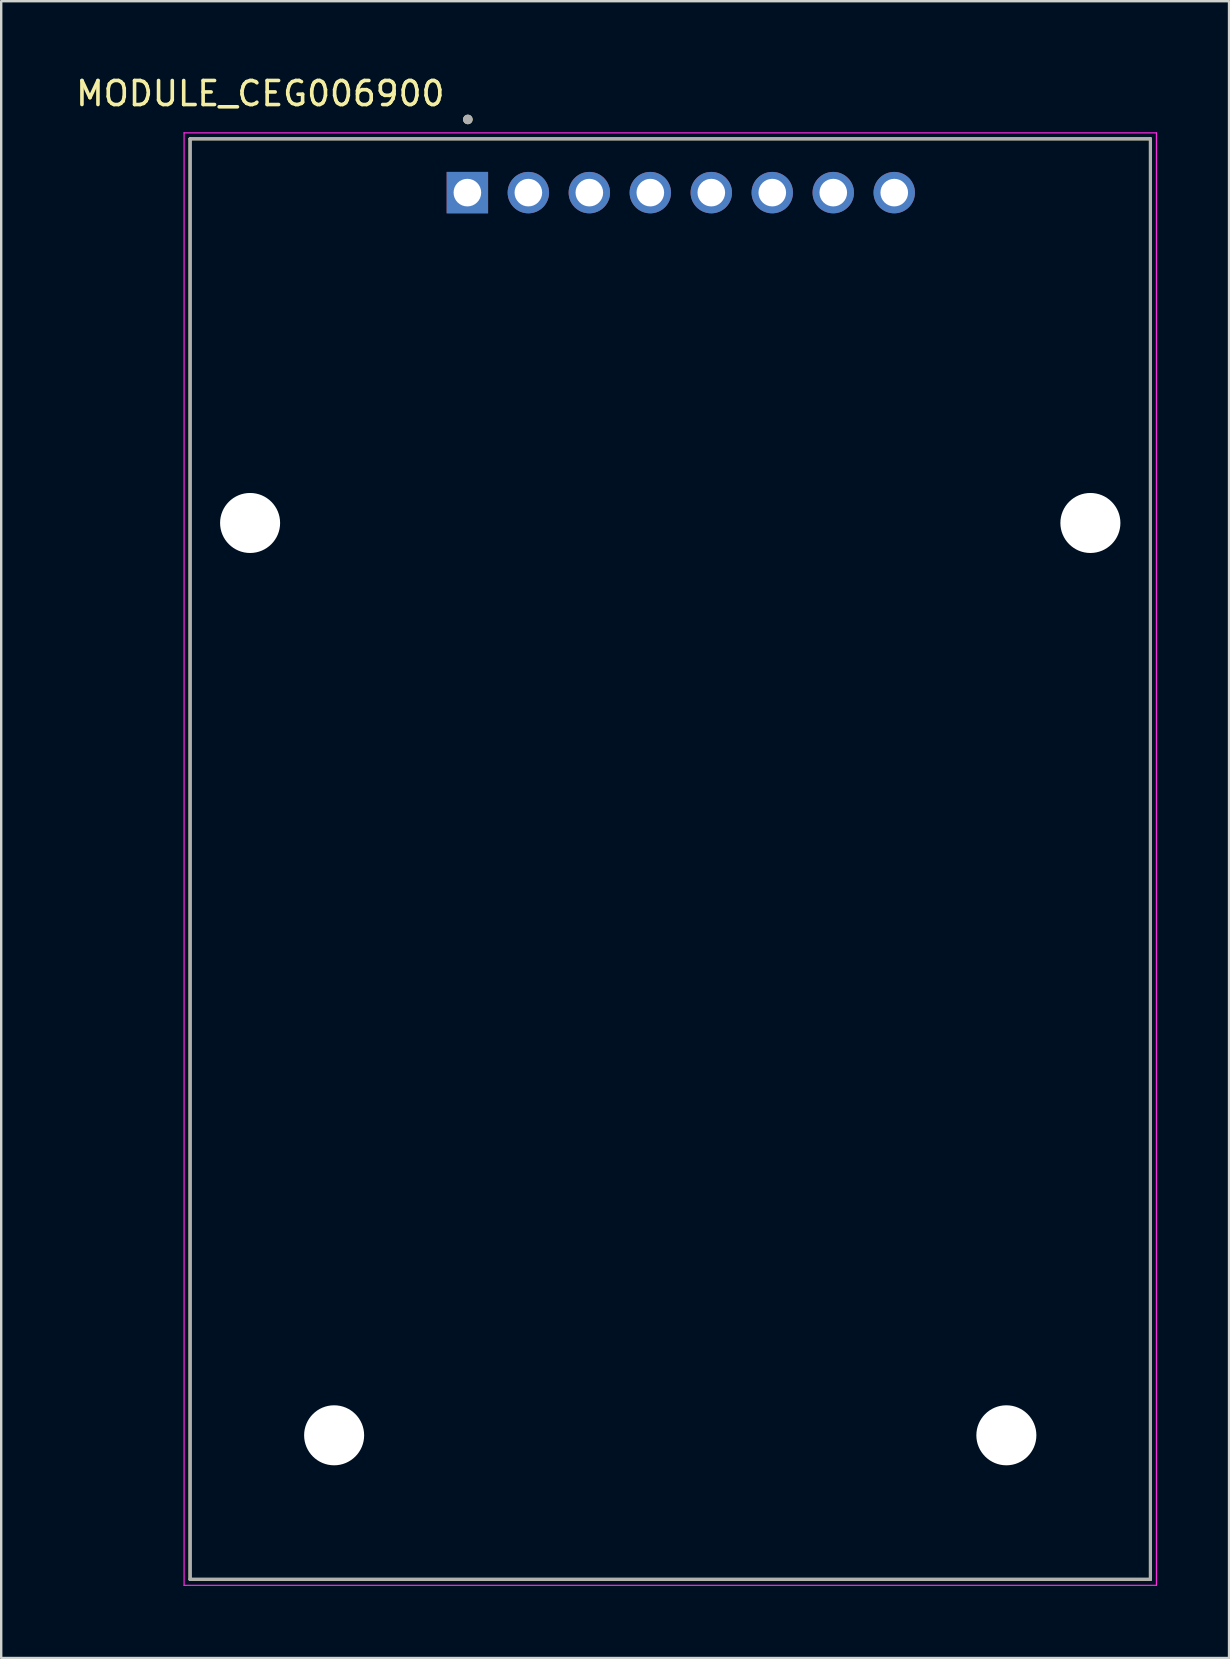
<source format=kicad_pcb>
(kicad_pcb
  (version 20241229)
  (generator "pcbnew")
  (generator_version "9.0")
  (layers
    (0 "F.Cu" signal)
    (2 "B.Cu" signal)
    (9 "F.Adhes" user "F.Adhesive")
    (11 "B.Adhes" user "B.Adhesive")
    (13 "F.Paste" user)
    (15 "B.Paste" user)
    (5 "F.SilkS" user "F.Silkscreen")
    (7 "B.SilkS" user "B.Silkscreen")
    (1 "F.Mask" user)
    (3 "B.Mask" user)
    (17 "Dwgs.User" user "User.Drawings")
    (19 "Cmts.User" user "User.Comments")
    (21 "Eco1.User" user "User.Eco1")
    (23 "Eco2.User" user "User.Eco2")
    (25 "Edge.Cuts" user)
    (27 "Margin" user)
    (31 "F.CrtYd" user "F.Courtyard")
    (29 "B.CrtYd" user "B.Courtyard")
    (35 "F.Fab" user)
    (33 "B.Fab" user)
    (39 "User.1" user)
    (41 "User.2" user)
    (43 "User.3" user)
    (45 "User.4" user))
  (footprint "MODULE_CEG006900"
    (layer "F.Cu")
    (at 24.867 32.733)
    (property "Reference" "MODULE_CEG006900" (at -17.075 -31.885 0) (layer "F.SilkS") (effects (font (size 1 1) (thickness 0.15))))
    (attr through_hole)
    (fp_line (start -20 -30) (end 20 -30) (stroke (width 0.127) (type solid)) (layer "F.SilkS"))
    (fp_line (start -20 30) (end -20 -30) (stroke (width 0.127) (type solid)) (layer "F.SilkS"))
    (fp_line (start 20 -30) (end 20 30) (stroke (width 0.127) (type solid)) (layer "F.SilkS"))
    (fp_line (start 20 30) (end -20 30) (stroke (width 0.127) (type solid)) (layer "F.SilkS"))
    (fp_circle (center -8.431 -30.808) (end -8.331 -30.808) (stroke (width 0.2) (type solid)) (fill no) (layer "F.SilkS"))
    (fp_line (start -20.25 -30.25) (end -20.25 30.25) (stroke (width 0.05) (type solid)) (layer "F.CrtYd"))
    (fp_line (start -20.25 30.25) (end 20.25 30.25) (stroke (width 0.05) (type solid)) (layer "F.CrtYd"))
    (fp_line (start 20.25 -30.25) (end -20.25 -30.25) (stroke (width 0.05) (type solid)) (layer "F.CrtYd"))
    (fp_line (start 20.25 30.25) (end 20.25 -30.25) (stroke (width 0.05) (type solid)) (layer "F.CrtYd"))
    (fp_line (start -20 -30) (end 20 -30) (stroke (width 0.127) (type solid)) (layer "F.Fab"))
    (fp_line (start -20 30) (end -20 -30) (stroke (width 0.127) (type solid)) (layer "F.Fab"))
    (fp_line (start 20 -30) (end 20 30) (stroke (width 0.127) (type solid)) (layer "F.Fab"))
    (fp_line (start 20 30) (end -20 30) (stroke (width 0.127) (type solid)) (layer "F.Fab"))
    (fp_circle (center -8.431 -30.808) (end -8.331 -30.808) (stroke (width 0.2) (type solid)) (fill no) (layer "F.Fab"))
    (pad "" np_thru_hole circle (at -17.5 -14) (size 2.5 2.5) (drill 2.5) (layers "*.Cu" "*.Mask"))
    (pad "" np_thru_hole circle (at -14 24) (size 2.5 2.5) (drill 2.5) (layers "*.Cu" "*.Mask"))
    (pad "" np_thru_hole circle (at 14 24) (size 2.5 2.5) (drill 2.5) (layers "*.Cu" "*.Mask"))
    (pad "" np_thru_hole circle (at 17.5 -14) (size 2.5 2.5) (drill 2.5) (layers "*.Cu" "*.Mask"))
    (pad "1" thru_hole rect (at -8.45 -27.76) (size 1.725 1.725) (drill 1.15) (layers "*.Cu" "*.Mask"))
    (pad "2" thru_hole circle (at -5.91 -27.76) (size 1.725 1.725) (drill 1.15) (layers "*.Cu" "*.Mask"))
    (pad "3" thru_hole circle (at -3.37 -27.76) (size 1.725 1.725) (drill 1.15) (layers "*.Cu" "*.Mask"))
    (pad "4" thru_hole circle (at -0.83 -27.76) (size 1.725 1.725) (drill 1.15) (layers "*.Cu" "*.Mask"))
    (pad "5" thru_hole circle (at 1.71 -27.76) (size 1.725 1.725) (drill 1.15) (layers "*.Cu" "*.Mask"))
    (pad "6" thru_hole circle (at 4.25 -27.76) (size 1.725 1.725) (drill 1.15) (layers "*.Cu" "*.Mask"))
    (pad "7" thru_hole circle (at 6.79 -27.76) (size 1.725 1.725) (drill 1.15) (layers "*.Cu" "*.Mask"))
    (pad "8" thru_hole circle (at 9.33 -27.76) (size 1.725 1.725) (drill 1.15) (layers "*.Cu" "*.Mask")))
  (gr_rect
    (start -3 -3)
    (end 48.142 66.008)
    (stroke (width 0.1) (type default))
    (fill no)
    (layer "Edge.Cuts")))
</source>
